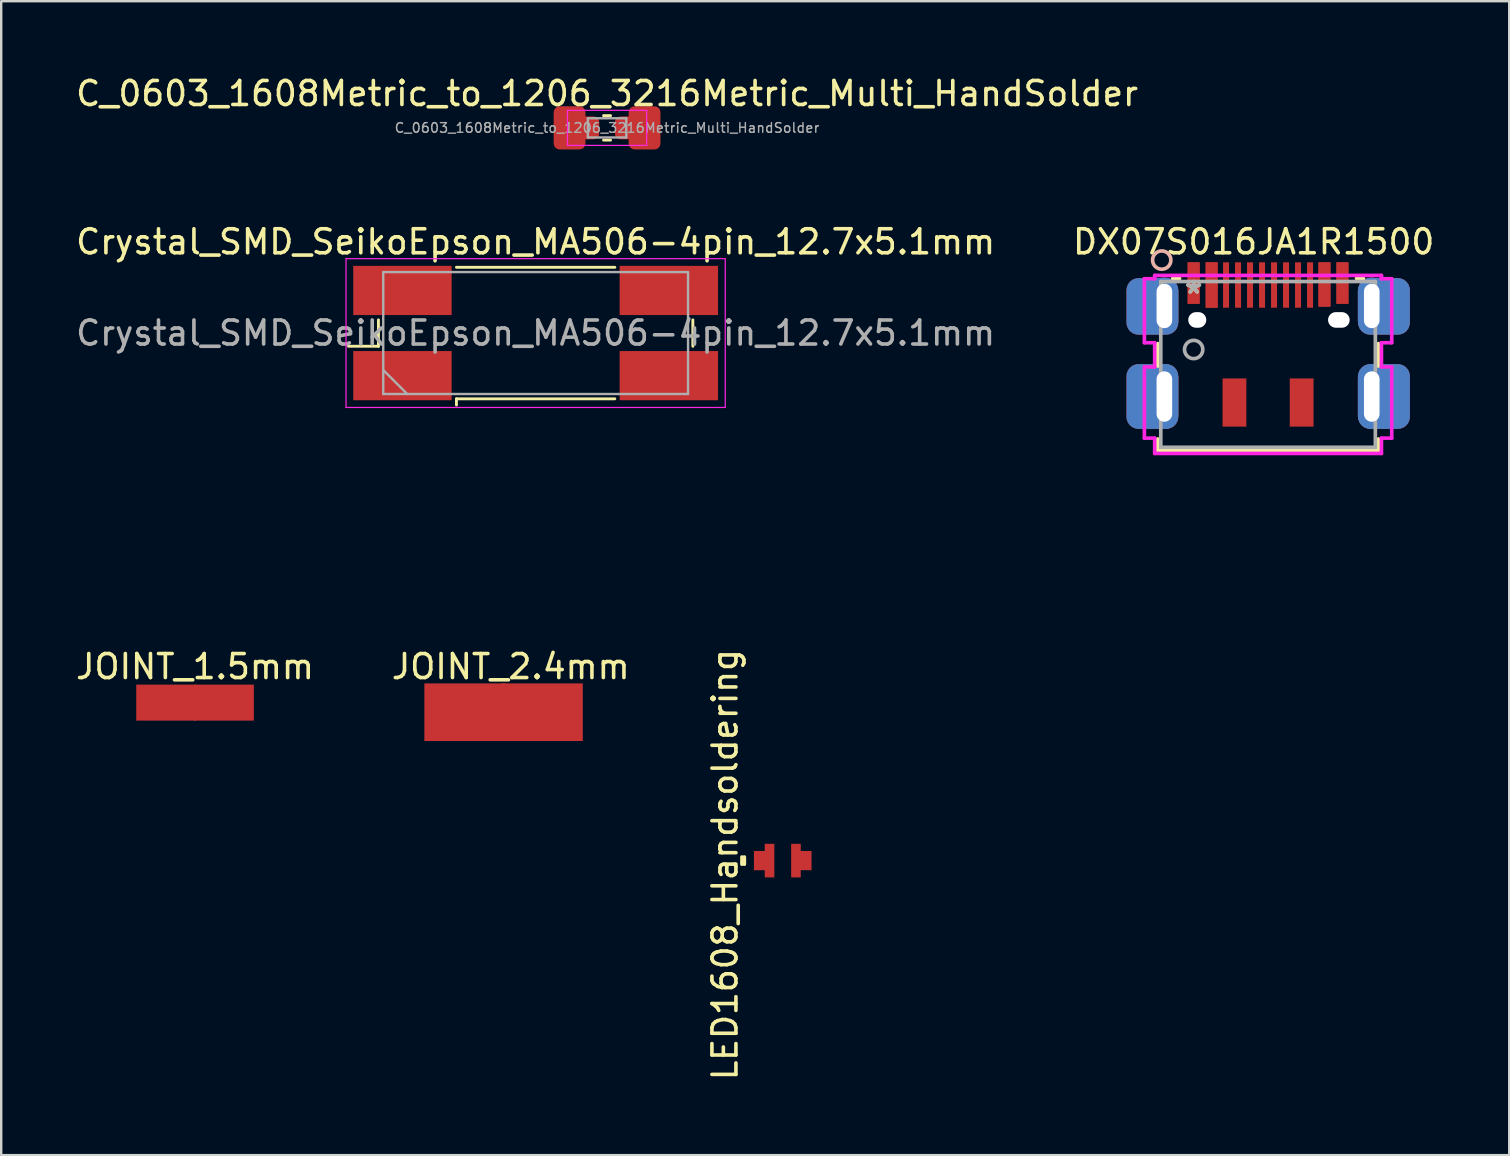
<source format=kicad_pcb>
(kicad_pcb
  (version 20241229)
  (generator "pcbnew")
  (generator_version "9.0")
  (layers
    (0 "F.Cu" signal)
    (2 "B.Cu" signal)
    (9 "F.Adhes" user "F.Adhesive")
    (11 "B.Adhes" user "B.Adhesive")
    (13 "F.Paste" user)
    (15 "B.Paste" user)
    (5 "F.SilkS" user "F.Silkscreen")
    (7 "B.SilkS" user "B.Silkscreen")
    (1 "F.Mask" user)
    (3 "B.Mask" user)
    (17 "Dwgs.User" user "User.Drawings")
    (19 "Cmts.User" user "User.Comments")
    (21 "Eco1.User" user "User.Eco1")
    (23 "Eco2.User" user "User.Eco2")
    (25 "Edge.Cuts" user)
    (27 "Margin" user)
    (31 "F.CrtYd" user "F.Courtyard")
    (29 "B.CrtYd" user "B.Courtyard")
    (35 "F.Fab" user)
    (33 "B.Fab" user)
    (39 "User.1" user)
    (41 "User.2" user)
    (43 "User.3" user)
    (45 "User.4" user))
  (footprint "LED1608_Handsoldering"
    (layer "F.Cu")
    (at 29.058 32.828)
    (property "Reference" "LED1608_Handsoldering" (at -1.9 0.15 90) (layer "F.SilkS") (effects (font (size 1 1) (thickness 0.15))))
    (attr through_hole)
    (fp_line (start -1.194 0.13) (end -1.194 -0.17) (stroke (width 0.15) (type solid)) (layer "F.SilkS"))
    (fp_line (start -1.094 0.13) (end -1.094 -0.17) (stroke (width 0.15) (type solid)) (layer "F.SilkS"))
    (pad "1" smd rect (at -0.294 -0.02 90) (size 0.8 0.8) (layers "F.Cu" "F.Mask" "F.Paste"))
    (pad "1" smd rect (at -0.044 -0.02 90) (size 1.4 0.4) (layers "F.Cu" "F.Mask" "F.Paste"))
    (pad "2" smd rect (at 1.056 -0.02 90) (size 1.4 0.4) (layers "F.Cu" "F.Mask" "F.Paste"))
    (pad "2" smd rect (at 1.306 -0.02 90) (size 0.8 0.8) (layers "F.Cu" "F.Mask" "F.Paste")))
  (footprint "Crystal_SMD_SeikoEpson_MA506-4pin_12.7x5.1mm"
    (layer "F.Cu")
    (at 19.268 20.627)
    (property "Reference" "Crystal_SMD_SeikoEpson_MA506-4pin_12.7x5.1mm" (at 0 -13.6 0) (layer "F.SilkS") (effects (font (size 1 1) (thickness 0.15))))
    (attr smd)
    (fp_line (start -7.8 -9.25) (end -6.55 -9.25) (stroke (width 0.12) (type solid)) (layer "F.SilkS"))
    (fp_line (start -6.55 -9.25) (end -6.55 -10.35) (stroke (width 0.12) (type solid)) (layer "F.SilkS"))
    (fp_line (start -3.3 -12.54) (end 3.3 -12.54) (stroke (width 0.12) (type solid)) (layer "F.SilkS"))
    (fp_line (start -3.3 -7.06) (end -3.3 -6.8) (stroke (width 0.12) (type solid)) (layer "F.SilkS"))
    (fp_line (start 3.3 -7.06) (end -3.3 -7.06) (stroke (width 0.12) (type solid)) (layer "F.SilkS"))
    (fp_line (start 6.55 -10.35) (end 6.55 -9.25) (stroke (width 0.12) (type solid)) (layer "F.SilkS"))
    (fp_line (start -7.9 -12.9) (end -7.9 -6.7) (stroke (width 0.05) (type solid)) (layer "F.CrtYd"))
    (fp_line (start -7.9 -6.7) (end 7.9 -6.7) (stroke (width 0.05) (type solid)) (layer "F.CrtYd"))
    (fp_line (start 7.9 -12.9) (end -7.9 -12.9) (stroke (width 0.05) (type solid)) (layer "F.CrtYd"))
    (fp_line (start 7.9 -6.7) (end 7.9 -12.9) (stroke (width 0.05) (type solid)) (layer "F.CrtYd"))
    (fp_line (start -6.35 -12.34) (end -6.35 -7.26) (stroke (width 0.1) (type solid)) (layer "F.Fab"))
    (fp_line (start -6.35 -8.26) (end -5.35 -7.26) (stroke (width 0.1) (type solid)) (layer "F.Fab"))
    (fp_line (start -6.35 -7.26) (end 6.35 -7.26) (stroke (width 0.1) (type solid)) (layer "F.Fab"))
    (fp_line (start 6.35 -12.34) (end -6.35 -12.34) (stroke (width 0.1) (type solid)) (layer "F.Fab"))
    (fp_line (start 6.35 -7.26) (end 6.35 -12.34) (stroke (width 0.1) (type solid)) (layer "F.Fab"))
    (fp_text user "${REFERENCE}" (at 0 -9.8 0) (layer "F.Fab") (effects (font (size 1 1) (thickness 0.15))))
    (pad "1" smd rect (at -5.55 -8.025) (size 4.1 2.05) (layers "F.Cu" "F.Mask" "F.Paste"))
    (pad "2" smd rect (at 5.55 -8.025) (size 4.1 2.05) (layers "F.Cu" "F.Mask" "F.Paste"))
    (pad "3" smd rect (at 5.55 -11.575) (size 4.1 2.05) (layers "F.Cu" "F.Mask" "F.Paste"))
    (pad "4" smd rect (at -5.55 -11.575) (size 4.1 2.05) (layers "F.Cu" "F.Mask" "F.Paste")))
  (footprint "DX07S016JA1R1500"
    (layer "F.Cu")
    (at 46.685 9.226)
    (property "Reference" "DX07S016JA1R1500" (at 2.5 -2.2 0) (layer "F.SilkS") (effects (font (size 1 1) (thickness 0.15))))
    (attr through_hole)
    (fp_line (start -1.497 2.977) (end -1.497 2.04) (stroke (width 0.152) (type solid)) (layer "F.SilkS"))
    (fp_line (start -1.497 6.489) (end -1.497 6.015) (stroke (width 0.152) (type solid)) (layer "F.SilkS"))
    (fp_line (start -0.876 -0.673) (end -0.587 -0.673) (stroke (width 0.152) (type solid)) (layer "F.SilkS"))
    (fp_line (start 6.787 -0.673) (end 7.076 -0.673) (stroke (width 0.152) (type solid)) (layer "F.SilkS"))
    (fp_line (start 7.697 2.039) (end 7.697 2.977) (stroke (width 0.152) (type solid)) (layer "F.SilkS"))
    (fp_line (start 7.697 6.015) (end 7.697 6.489) (stroke (width 0.152) (type solid)) (layer "F.SilkS"))
    (fp_line (start 7.697 6.489) (end -1.497 6.489) (stroke (width 0.152) (type solid)) (layer "F.SilkS"))
    (fp_circle (center -1.33 -1.44) (end -0.949 -1.44) (stroke (width 0.152) (type solid)) (fill no) (layer "B.SilkS"))
    (fp_line (start -2.053 -0.662) (end -2.053 -0.662) (stroke (width 0.152) (type solid)) (layer "F.CrtYd"))
    (fp_line (start -2.053 -0.662) (end -2.053 2.004) (stroke (width 0.152) (type solid)) (layer "F.CrtYd"))
    (fp_line (start -2.053 2.004) (end -1.624 2.004) (stroke (width 0.152) (type solid)) (layer "F.CrtYd"))
    (fp_line (start -2.053 3.013) (end -2.053 5.979) (stroke (width 0.152) (type solid)) (layer "F.CrtYd"))
    (fp_line (start -2.053 5.979) (end -1.624 5.979) (stroke (width 0.152) (type solid)) (layer "F.CrtYd"))
    (fp_line (start -1.624 -0.8) (end -1.624 -0.662) (stroke (width 0.152) (type solid)) (layer "F.CrtYd"))
    (fp_line (start -1.624 -0.662) (end -2.053 -0.662) (stroke (width 0.152) (type solid)) (layer "F.CrtYd"))
    (fp_line (start -1.624 2.004) (end -1.624 3.013) (stroke (width 0.152) (type solid)) (layer "F.CrtYd"))
    (fp_line (start -1.624 3.013) (end -2.053 3.013) (stroke (width 0.152) (type solid)) (layer "F.CrtYd"))
    (fp_line (start -1.624 5.979) (end -1.624 6.616) (stroke (width 0.152) (type solid)) (layer "F.CrtYd"))
    (fp_line (start -1.624 6.616) (end 7.824 6.616) (stroke (width 0.152) (type solid)) (layer "F.CrtYd"))
    (fp_line (start 7.824 -0.8) (end -1.624 -0.8) (stroke (width 0.152) (type solid)) (layer "F.CrtYd"))
    (fp_line (start 7.824 -0.662) (end 7.824 -0.8) (stroke (width 0.152) (type solid)) (layer "F.CrtYd"))
    (fp_line (start 7.824 2.004) (end 8.253 2.004) (stroke (width 0.152) (type solid)) (layer "F.CrtYd"))
    (fp_line (start 7.824 3.013) (end 7.824 2.004) (stroke (width 0.152) (type solid)) (layer "F.CrtYd"))
    (fp_line (start 7.824 5.979) (end 8.253 5.979) (stroke (width 0.152) (type solid)) (layer "F.CrtYd"))
    (fp_line (start 7.824 6.616) (end 7.824 5.979) (stroke (width 0.152) (type solid)) (layer "F.CrtYd"))
    (fp_line (start 8.253 -0.662) (end 7.824 -0.662) (stroke (width 0.152) (type solid)) (layer "F.CrtYd"))
    (fp_line (start 8.253 2.004) (end 8.253 -0.662) (stroke (width 0.152) (type solid)) (layer "F.CrtYd"))
    (fp_line (start 8.253 3.013) (end 7.824 3.013) (stroke (width 0.152) (type solid)) (layer "F.CrtYd"))
    (fp_line (start 8.253 5.979) (end 8.253 3.013) (stroke (width 0.152) (type solid)) (layer "F.CrtYd"))
    (fp_line (start -1.37 -0.546) (end -1.37 6.362) (stroke (width 0.152) (type solid)) (layer "F.Fab"))
    (fp_line (start -1.37 6.362) (end 7.57 6.362) (stroke (width 0.152) (type solid)) (layer "F.Fab"))
    (fp_line (start 7.57 -0.546) (end -1.37 -0.546) (stroke (width 0.152) (type solid)) (layer "F.Fab"))
    (fp_line (start 7.57 6.362) (end 7.57 -0.546) (stroke (width 0.152) (type solid)) (layer "F.Fab"))
    (fp_circle (center 0 2.286) (end 0.381 2.286) (stroke (width 0.152) (type solid)) (fill no) (layer "F.Fab"))
    (fp_text user "*" (at 0 0 0) (layer "F.SilkS") (effects (font (size 1 1) (thickness 0.15))))
    (fp_text user "Copyright 2016 Accelerated Designs. All rights reserved." (at 0 0 0) (layer "Cmts.User") (effects (font (size 0.127 0.127) (thickness 0.002))))
    (fp_text user "*" (at 0 0 0) (layer "F.Fab") (effects (font (size 1 1) (thickness 0.15))))
    (pad "" np_thru_hole oval (at 0.15 1.054) (size 0.75 0.65) (drill oval 0.75 0.65) (layers "*.Cu" "*.Mask"))
    (pad "" np_thru_hole oval (at 6.05 1.054) (size 0.9 0.65) (drill oval 0.9 0.65) (layers "*.Cu" "*.Mask"))
    (pad "A1" smd rect (at 0 -0.482) (size 0.5 1.727) (layers "F.Cu" "F.Mask" "F.Paste"))
    (pad "A4" smd rect (at 0.75 -0.4) (size 0.5 1.892) (layers "F.Cu" "F.Mask" "F.Paste"))
    (pad "A5" smd rect (at 1.35 -0.4) (size 0.25 1.892) (layers "F.Cu" "F.Mask" "F.Paste"))
    (pad "A6" smd rect (at 2.85 -0.4) (size 0.25 1.892) (layers "F.Cu" "F.Mask" "F.Paste"))
    (pad "A7" smd rect (at 3.85 -0.4) (size 0.25 1.892) (layers "F.Cu" "F.Mask" "F.Paste"))
    (pad "A8" smd rect (at 4.85 -0.4) (size 0.25 1.892) (layers "F.Cu" "F.Mask" "F.Paste"))
    (pad "A9" smd rect (at 5.45 -0.423) (size 0.5 1.846) (layers "F.Cu" "F.Mask" "F.Paste"))
    (pad "A12" smd rect (at 6.2 -0.482) (size 0.5 1.727) (layers "F.Cu" "F.Mask" "F.Paste"))
    (pad "B1" smd rect (at 6.2 -0.482) (size 0.5 1.727) (layers "F.Cu" "F.Mask" "F.Paste"))
    (pad "B4" smd rect (at 5.45 -0.423) (size 0.5 1.846) (layers "F.Cu" "F.Mask" "F.Paste"))
    (pad "B5" smd rect (at 4.35 -0.4) (size 0.25 1.892) (layers "F.Cu" "F.Mask" "F.Paste"))
    (pad "B6" smd rect (at 3.35 -0.4) (size 0.25 1.892) (layers "F.Cu" "F.Mask" "F.Paste"))
    (pad "B7" smd rect (at 2.35 -0.4) (size 0.25 1.892) (layers "F.Cu" "F.Mask" "F.Paste"))
    (pad "B8" smd rect (at 1.85 -0.4) (size 0.25 1.892) (layers "F.Cu" "F.Mask" "F.Paste"))
    (pad "B9" smd rect (at 0.75 -0.4) (size 0.5 1.892) (layers "F.Cu" "F.Mask" "F.Paste"))
    (pad "B12" smd rect (at 0 -0.482) (size 0.5 1.727) (layers "F.Cu" "F.Mask" "F.Paste"))
    (pad "S1" smd roundrect (at -1.72 0.49 90) (size 2.358 2.158) (layers "F.Cu" "F.Mask") (roundrect_rratio 0.232))
    (pad "S1" smd roundrect (at -1.72 0.49 90) (size 2.358 2.158) (layers "B.Cu" "B.Mask") (roundrect_rratio 0.232))
    (pad "S1" smd roundrect (at -1.72 4.245 90) (size 2.7 2.158) (layers "F.Cu" "F.Mask") (roundrect_rratio 0.232))
    (pad "S1" smd roundrect (at -1.72 4.245 90) (size 2.7 2.158) (layers "B.Cu" "B.Mask") (roundrect_rratio 0.232))
    (pad "S1" thru_hole oval (at -1.22 0.471 90) (size 2.358 1.158) (drill oval 1.85 0.65) (layers "*.Cu" "*.Mask") (remove_unused_layers yes) (keep_end_layers yes) (zone_layer_connections))
    (pad "S1" thru_hole oval (at -1.22 4.246 90) (size 2.7 1.158) (drill oval 2.1 0.65) (layers "*.Cu" "*.Mask"))
    (pad "S1" smd rect (at 1.7 4.496 90) (size 2.007 0.991) (layers "F.Cu" "F.Mask" "F.Paste"))
    (pad "S1" smd rect (at 4.5 4.496 90) (size 2.007 0.991) (layers "F.Cu" "F.Mask" "F.Paste"))
    (pad "S1" thru_hole oval (at 7.42 0.471 90) (size 2.358 1.158) (drill oval 1.85 0.65) (layers "*.Cu" "*.Mask") (remove_unused_layers yes) (keep_end_layers yes) (zone_layer_connections))
    (pad "S1" thru_hole oval (at 7.42 4.246 90) (size 2.7 1.158) (drill oval 2.1 0.65) (layers "*.Cu" "*.Mask"))
    (pad "S1" smd roundrect (at 7.93 0.49 90) (size 2.358 2.158) (layers "F.Cu" "F.Mask") (roundrect_rratio 0.232))
    (pad "S1" smd roundrect (at 7.93 0.49 90) (size 2.358 2.158) (layers "B.Cu" "B.Mask") (roundrect_rratio 0.232))
    (pad "S1" smd roundrect (at 7.93 4.245 90) (size 2.7 2.158) (layers "F.Cu" "F.Mask") (roundrect_rratio 0.232))
    (pad "S1" smd roundrect (at 7.93 4.245 90) (size 2.7 2.158) (layers "B.Cu" "B.Mask") (roundrect_rratio 0.232)))
  (footprint "C_0603_1608Metric_to_1206_3216Metric_Multi_HandSolder"
    (layer "F.Cu")
    (at 22.244 2.278)
    (property "Reference" "C_0603_1608Metric_to_1206_3216Metric_Multi_HandSolder" (at 0 -1.43 0) (layer "F.SilkS") (effects (font (size 1 1) (thickness 0.15))))
    (attr smd)
    (fp_line (start -0.146 -0.51) (end 0.146 -0.51) (stroke (width 0.12) (type solid)) (layer "F.SilkS"))
    (fp_line (start -0.146 0.51) (end 0.146 0.51) (stroke (width 0.12) (type solid)) (layer "F.SilkS"))
    (fp_line (start -1.65 -0.73) (end 1.65 -0.73) (stroke (width 0.05) (type solid)) (layer "F.CrtYd"))
    (fp_line (start -1.65 0.73) (end -1.65 -0.73) (stroke (width 0.05) (type solid)) (layer "F.CrtYd"))
    (fp_line (start 1.65 -0.73) (end 1.65 0.73) (stroke (width 0.05) (type solid)) (layer "F.CrtYd"))
    (fp_line (start 1.65 0.73) (end -1.65 0.73) (stroke (width 0.05) (type solid)) (layer "F.CrtYd"))
    (fp_line (start -0.8 -0.4) (end 0.8 -0.4) (stroke (width 0.1) (type solid)) (layer "F.Fab"))
    (fp_line (start -0.8 0.4) (end -0.8 -0.4) (stroke (width 0.1) (type solid)) (layer "F.Fab"))
    (fp_line (start 0.8 -0.4) (end 0.8 0.4) (stroke (width 0.1) (type solid)) (layer "F.Fab"))
    (fp_line (start 0.8 0.4) (end -0.8 0.4) (stroke (width 0.1) (type solid)) (layer "F.Fab"))
    (fp_text user "${REFERENCE}" (at 0 0 0) (layer "F.Fab") (effects (font (size 0.4 0.4) (thickness 0.06))))
    (pad "1" smd roundrect (at -1.562 0) (size 1.325 1.8) (layers "F.Cu" "F.Mask" "F.Paste") (roundrect_rratio 0.189))
    (pad "1" smd roundrect (at -0.863 0) (size 1.075 0.95) (layers "F.Cu" "F.Mask" "F.Paste") (roundrect_rratio 0.25))
    (pad "2" smd roundrect (at 0.863 0) (size 1.075 0.95) (layers "F.Cu" "F.Mask" "F.Paste") (roundrect_rratio 0.25))
    (pad "2" smd roundrect (at 1.562 0) (size 1.325 1.8) (layers "F.Cu" "F.Mask" "F.Paste") (roundrect_rratio 0.189)))
  (footprint "JOINT_2.4mm"
    (layer "F.Cu")
    (at 17.932 26.625)
    (property "Reference" "JOINT_2.4mm" (at 0.3 -1.9 0) (layer "F.SilkS") (effects (font (size 1 1) (thickness 0.15))))
    (attr through_hole)
    (pad "1" smd rect (at -2.1 0) (size 3.4 2.4) (drill (offset 0.5 0)) (layers "F.Cu"))
    (pad "2" smd rect (at 2.1 0) (size 3.4 2.4) (drill (offset -0.5 0)) (layers "F.Cu")))
  (footprint "JOINT_1.5mm"
    (layer "F.Cu")
    (at 5.077 26.225)
    (property "Reference" "JOINT_1.5mm" (at 0 -1.5 0) (layer "F.SilkS") (effects (font (size 1 1) (thickness 0.15))))
    (attr through_hole)
    (pad "1" smd rect (at -1.7 0) (size 2.5 1.5) (drill (offset 0.5 0)) (layers "F.Cu"))
    (pad "2" smd rect (at 1.7 0) (size 2.5 1.5) (drill (offset -0.5 0)) (layers "F.Cu")))
  (gr_rect
    (start -3 -3)
    (end 59.833 45.079)
    (stroke (width 0.1) (type default))
    (fill no)
    (layer "Edge.Cuts")))
</source>
